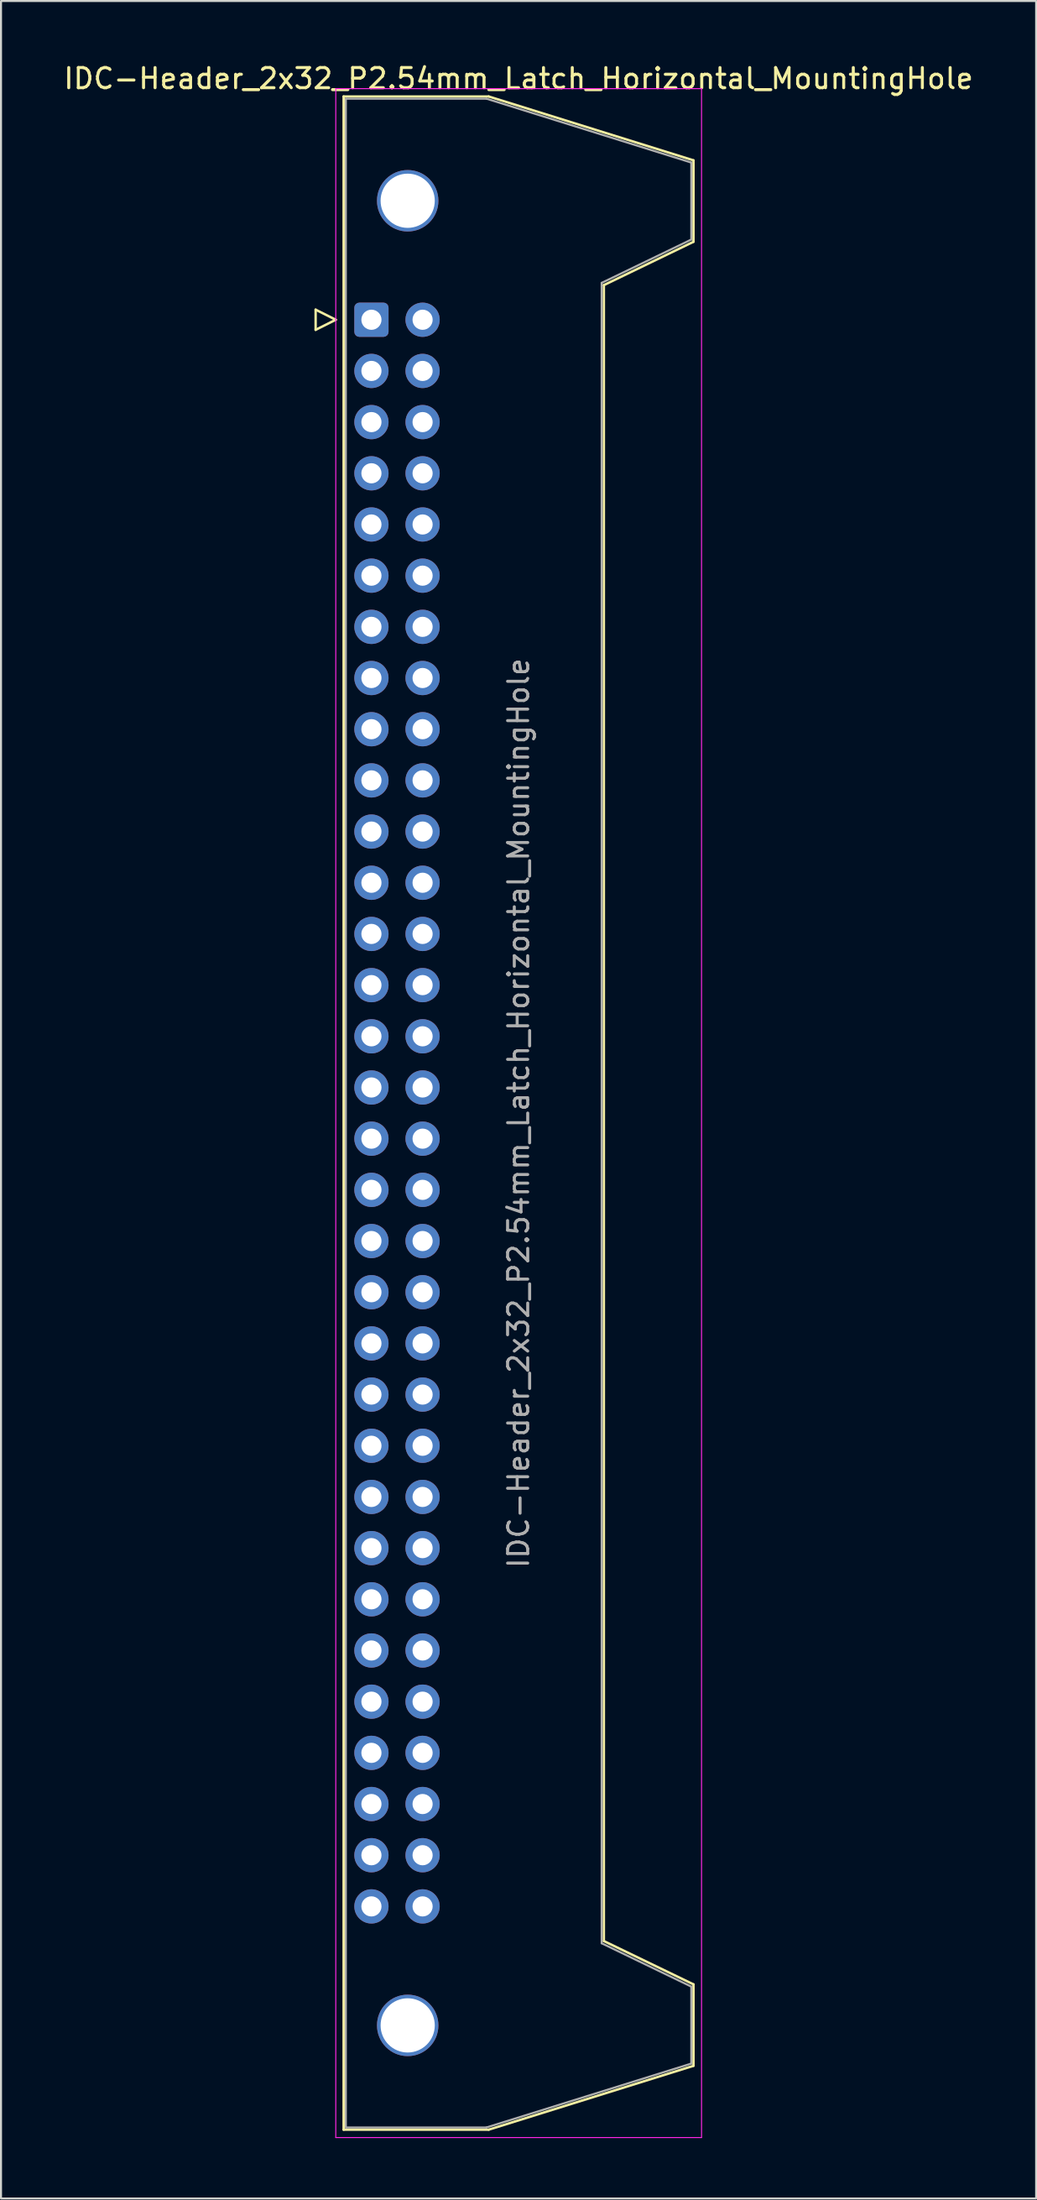
<source format=kicad_pcb>
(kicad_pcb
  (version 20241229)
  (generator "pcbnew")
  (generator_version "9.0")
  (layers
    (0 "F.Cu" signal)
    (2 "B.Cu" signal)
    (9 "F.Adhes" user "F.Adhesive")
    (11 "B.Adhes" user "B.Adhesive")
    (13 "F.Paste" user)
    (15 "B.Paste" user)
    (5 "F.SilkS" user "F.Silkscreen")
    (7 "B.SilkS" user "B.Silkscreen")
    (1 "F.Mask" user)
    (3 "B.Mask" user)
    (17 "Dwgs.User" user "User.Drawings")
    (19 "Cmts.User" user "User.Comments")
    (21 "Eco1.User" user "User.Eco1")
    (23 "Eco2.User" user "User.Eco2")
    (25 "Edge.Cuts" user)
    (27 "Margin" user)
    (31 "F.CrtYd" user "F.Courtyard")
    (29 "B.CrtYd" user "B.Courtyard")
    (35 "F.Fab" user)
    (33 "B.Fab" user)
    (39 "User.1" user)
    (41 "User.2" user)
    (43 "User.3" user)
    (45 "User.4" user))
  (footprint "IDC-Header_2x32_P2.54mm_Latch_Horizontal_MountingHole"
    (layer "F.Cu")
    (at 15.391 12.818)
    (property "Reference" "IDC-Header_2x32_P2.54mm_Latch_Horizontal_MountingHole" (at 7.305 -11.97 0) (layer "F.SilkS") (effects (font (size 1 1) (thickness 0.15))))
    (attr through_hole)
    (fp_line (start -2.77 -0.5) (end -2.77 0.5) (stroke (width 0.12) (type solid)) (layer "F.SilkS"))
    (fp_line (start -2.77 0.5) (end -1.77 0) (stroke (width 0.12) (type solid)) (layer "F.SilkS"))
    (fp_line (start -1.77 0) (end -2.77 -0.5) (stroke (width 0.12) (type solid)) (layer "F.SilkS"))
    (fp_line (start -1.38 -11.08) (end 5.82 -11.08) (stroke (width 0.12) (type solid)) (layer "F.SilkS"))
    (fp_line (start -1.38 89.82) (end -1.38 -11.08) (stroke (width 0.12) (type solid)) (layer "F.SilkS"))
    (fp_line (start 5.82 -11.08) (end 15.99 -7.91) (stroke (width 0.12) (type solid)) (layer "F.SilkS"))
    (fp_line (start 5.82 89.82) (end -1.38 89.82) (stroke (width 0.12) (type solid)) (layer "F.SilkS"))
    (fp_line (start 11.54 -1.72) (end 11.54 80.46) (stroke (width 0.12) (type solid)) (layer "F.SilkS"))
    (fp_line (start 11.54 80.46) (end 15.99 82.61) (stroke (width 0.12) (type solid)) (layer "F.SilkS"))
    (fp_line (start 15.99 -7.91) (end 15.99 -3.87) (stroke (width 0.12) (type solid)) (layer "F.SilkS"))
    (fp_line (start 15.99 -3.87) (end 11.54 -1.72) (stroke (width 0.12) (type solid)) (layer "F.SilkS"))
    (fp_line (start 15.99 82.61) (end 15.99 86.65) (stroke (width 0.12) (type solid)) (layer "F.SilkS"))
    (fp_line (start 15.99 86.65) (end 5.82 89.82) (stroke (width 0.12) (type solid)) (layer "F.SilkS"))
    (fp_line (start -1.77 -11.47) (end -1.77 90.21) (stroke (width 0.05) (type solid)) (layer "F.CrtYd"))
    (fp_line (start -1.77 90.21) (end 16.39 90.21) (stroke (width 0.05) (type solid)) (layer "F.CrtYd"))
    (fp_line (start 16.39 -11.47) (end -1.77 -11.47) (stroke (width 0.05) (type solid)) (layer "F.CrtYd"))
    (fp_line (start 16.39 90.21) (end 16.39 -11.47) (stroke (width 0.05) (type solid)) (layer "F.CrtYd"))
    (fp_line (start -1.27 -10.97) (end 5.71 -10.97) (stroke (width 0.1) (type solid)) (layer "F.Fab"))
    (fp_line (start -1.27 89.71) (end -1.27 -10.97) (stroke (width 0.1) (type solid)) (layer "F.Fab"))
    (fp_line (start 5.71 -10.97) (end 15.88 -7.8) (stroke (width 0.1) (type solid)) (layer "F.Fab"))
    (fp_line (start 5.71 89.71) (end -1.27 89.71) (stroke (width 0.1) (type solid)) (layer "F.Fab"))
    (fp_line (start 11.43 -1.83) (end 11.43 80.57) (stroke (width 0.1) (type solid)) (layer "F.Fab"))
    (fp_line (start 11.43 80.57) (end 15.88 82.72) (stroke (width 0.1) (type solid)) (layer "F.Fab"))
    (fp_line (start 15.88 -7.8) (end 15.88 -3.98) (stroke (width 0.1) (type solid)) (layer "F.Fab"))
    (fp_line (start 15.88 -3.98) (end 11.43 -1.83) (stroke (width 0.1) (type solid)) (layer "F.Fab"))
    (fp_line (start 15.88 82.72) (end 15.88 86.54) (stroke (width 0.1) (type solid)) (layer "F.Fab"))
    (fp_line (start 15.88 86.54) (end 5.71 89.71) (stroke (width 0.1) (type solid)) (layer "F.Fab"))
    (fp_text user "${REFERENCE}" (at 7.305 39.37 90) (layer "F.Fab") (effects (font (size 1 1) (thickness 0.15))))
    (pad "" thru_hole circle (at 1.8 -5.905) (size 3.05 3.05) (drill 2.69) (layers "*.Cu" "*.Mask"))
    (pad "" thru_hole circle (at 1.8 84.645) (size 3.05 3.05) (drill 2.69) (layers "*.Cu" "*.Mask"))
    (pad "1" thru_hole roundrect (at 0 0) (size 1.7 1.7) (drill 1) (layers "*.Cu" "*.Mask") (roundrect_rratio 0.147))
    (pad "2" thru_hole circle (at 2.54 0) (size 1.7 1.7) (drill 1) (layers "*.Cu" "*.Mask"))
    (pad "3" thru_hole circle (at 0 2.54) (size 1.7 1.7) (drill 1) (layers "*.Cu" "*.Mask"))
    (pad "4" thru_hole circle (at 2.54 2.54) (size 1.7 1.7) (drill 1) (layers "*.Cu" "*.Mask"))
    (pad "5" thru_hole circle (at 0 5.08) (size 1.7 1.7) (drill 1) (layers "*.Cu" "*.Mask"))
    (pad "6" thru_hole circle (at 2.54 5.08) (size 1.7 1.7) (drill 1) (layers "*.Cu" "*.Mask"))
    (pad "7" thru_hole circle (at 0 7.62) (size 1.7 1.7) (drill 1) (layers "*.Cu" "*.Mask"))
    (pad "8" thru_hole circle (at 2.54 7.62) (size 1.7 1.7) (drill 1) (layers "*.Cu" "*.Mask"))
    (pad "9" thru_hole circle (at 0 10.16) (size 1.7 1.7) (drill 1) (layers "*.Cu" "*.Mask"))
    (pad "10" thru_hole circle (at 2.54 10.16) (size 1.7 1.7) (drill 1) (layers "*.Cu" "*.Mask"))
    (pad "11" thru_hole circle (at 0 12.7) (size 1.7 1.7) (drill 1) (layers "*.Cu" "*.Mask"))
    (pad "12" thru_hole circle (at 2.54 12.7) (size 1.7 1.7) (drill 1) (layers "*.Cu" "*.Mask"))
    (pad "13" thru_hole circle (at 0 15.24) (size 1.7 1.7) (drill 1) (layers "*.Cu" "*.Mask"))
    (pad "14" thru_hole circle (at 2.54 15.24) (size 1.7 1.7) (drill 1) (layers "*.Cu" "*.Mask"))
    (pad "15" thru_hole circle (at 0 17.78) (size 1.7 1.7) (drill 1) (layers "*.Cu" "*.Mask"))
    (pad "16" thru_hole circle (at 2.54 17.78) (size 1.7 1.7) (drill 1) (layers "*.Cu" "*.Mask"))
    (pad "17" thru_hole circle (at 0 20.32) (size 1.7 1.7) (drill 1) (layers "*.Cu" "*.Mask"))
    (pad "18" thru_hole circle (at 2.54 20.32) (size 1.7 1.7) (drill 1) (layers "*.Cu" "*.Mask"))
    (pad "19" thru_hole circle (at 0 22.86) (size 1.7 1.7) (drill 1) (layers "*.Cu" "*.Mask"))
    (pad "20" thru_hole circle (at 2.54 22.86) (size 1.7 1.7) (drill 1) (layers "*.Cu" "*.Mask"))
    (pad "21" thru_hole circle (at 0 25.4) (size 1.7 1.7) (drill 1) (layers "*.Cu" "*.Mask"))
    (pad "22" thru_hole circle (at 2.54 25.4) (size 1.7 1.7) (drill 1) (layers "*.Cu" "*.Mask"))
    (pad "23" thru_hole circle (at 0 27.94) (size 1.7 1.7) (drill 1) (layers "*.Cu" "*.Mask"))
    (pad "24" thru_hole circle (at 2.54 27.94) (size 1.7 1.7) (drill 1) (layers "*.Cu" "*.Mask"))
    (pad "25" thru_hole circle (at 0 30.48) (size 1.7 1.7) (drill 1) (layers "*.Cu" "*.Mask"))
    (pad "26" thru_hole circle (at 2.54 30.48) (size 1.7 1.7) (drill 1) (layers "*.Cu" "*.Mask"))
    (pad "27" thru_hole circle (at 0 33.02) (size 1.7 1.7) (drill 1) (layers "*.Cu" "*.Mask"))
    (pad "28" thru_hole circle (at 2.54 33.02) (size 1.7 1.7) (drill 1) (layers "*.Cu" "*.Mask"))
    (pad "29" thru_hole circle (at 0 35.56) (size 1.7 1.7) (drill 1) (layers "*.Cu" "*.Mask"))
    (pad "30" thru_hole circle (at 2.54 35.56) (size 1.7 1.7) (drill 1) (layers "*.Cu" "*.Mask"))
    (pad "31" thru_hole circle (at 0 38.1) (size 1.7 1.7) (drill 1) (layers "*.Cu" "*.Mask"))
    (pad "32" thru_hole circle (at 2.54 38.1) (size 1.7 1.7) (drill 1) (layers "*.Cu" "*.Mask"))
    (pad "33" thru_hole circle (at 0 40.64) (size 1.7 1.7) (drill 1) (layers "*.Cu" "*.Mask"))
    (pad "34" thru_hole circle (at 2.54 40.64) (size 1.7 1.7) (drill 1) (layers "*.Cu" "*.Mask"))
    (pad "35" thru_hole circle (at 0 43.18) (size 1.7 1.7) (drill 1) (layers "*.Cu" "*.Mask"))
    (pad "36" thru_hole circle (at 2.54 43.18) (size 1.7 1.7) (drill 1) (layers "*.Cu" "*.Mask"))
    (pad "37" thru_hole circle (at 0 45.72) (size 1.7 1.7) (drill 1) (layers "*.Cu" "*.Mask"))
    (pad "38" thru_hole circle (at 2.54 45.72) (size 1.7 1.7) (drill 1) (layers "*.Cu" "*.Mask"))
    (pad "39" thru_hole circle (at 0 48.26) (size 1.7 1.7) (drill 1) (layers "*.Cu" "*.Mask"))
    (pad "40" thru_hole circle (at 2.54 48.26) (size 1.7 1.7) (drill 1) (layers "*.Cu" "*.Mask"))
    (pad "41" thru_hole circle (at 0 50.8) (size 1.7 1.7) (drill 1) (layers "*.Cu" "*.Mask"))
    (pad "42" thru_hole circle (at 2.54 50.8) (size 1.7 1.7) (drill 1) (layers "*.Cu" "*.Mask"))
    (pad "43" thru_hole circle (at 0 53.34) (size 1.7 1.7) (drill 1) (layers "*.Cu" "*.Mask"))
    (pad "44" thru_hole circle (at 2.54 53.34) (size 1.7 1.7) (drill 1) (layers "*.Cu" "*.Mask"))
    (pad "45" thru_hole circle (at 0 55.88) (size 1.7 1.7) (drill 1) (layers "*.Cu" "*.Mask"))
    (pad "46" thru_hole circle (at 2.54 55.88) (size 1.7 1.7) (drill 1) (layers "*.Cu" "*.Mask"))
    (pad "47" thru_hole circle (at 0 58.42) (size 1.7 1.7) (drill 1) (layers "*.Cu" "*.Mask"))
    (pad "48" thru_hole circle (at 2.54 58.42) (size 1.7 1.7) (drill 1) (layers "*.Cu" "*.Mask"))
    (pad "49" thru_hole circle (at 0 60.96) (size 1.7 1.7) (drill 1) (layers "*.Cu" "*.Mask"))
    (pad "50" thru_hole circle (at 2.54 60.96) (size 1.7 1.7) (drill 1) (layers "*.Cu" "*.Mask"))
    (pad "51" thru_hole circle (at 0 63.5) (size 1.7 1.7) (drill 1) (layers "*.Cu" "*.Mask"))
    (pad "52" thru_hole circle (at 2.54 63.5) (size 1.7 1.7) (drill 1) (layers "*.Cu" "*.Mask"))
    (pad "53" thru_hole circle (at 0 66.04) (size 1.7 1.7) (drill 1) (layers "*.Cu" "*.Mask"))
    (pad "54" thru_hole circle (at 2.54 66.04) (size 1.7 1.7) (drill 1) (layers "*.Cu" "*.Mask"))
    (pad "55" thru_hole circle (at 0 68.58) (size 1.7 1.7) (drill 1) (layers "*.Cu" "*.Mask"))
    (pad "56" thru_hole circle (at 2.54 68.58) (size 1.7 1.7) (drill 1) (layers "*.Cu" "*.Mask"))
    (pad "57" thru_hole circle (at 0 71.12) (size 1.7 1.7) (drill 1) (layers "*.Cu" "*.Mask"))
    (pad "58" thru_hole circle (at 2.54 71.12) (size 1.7 1.7) (drill 1) (layers "*.Cu" "*.Mask"))
    (pad "59" thru_hole circle (at 0 73.66) (size 1.7 1.7) (drill 1) (layers "*.Cu" "*.Mask"))
    (pad "60" thru_hole circle (at 2.54 73.66) (size 1.7 1.7) (drill 1) (layers "*.Cu" "*.Mask"))
    (pad "61" thru_hole circle (at 0 76.2) (size 1.7 1.7) (drill 1) (layers "*.Cu" "*.Mask"))
    (pad "62" thru_hole circle (at 2.54 76.2) (size 1.7 1.7) (drill 1) (layers "*.Cu" "*.Mask"))
    (pad "63" thru_hole circle (at 0 78.74) (size 1.7 1.7) (drill 1) (layers "*.Cu" "*.Mask"))
    (pad "64" thru_hole circle (at 2.54 78.74) (size 1.7 1.7) (drill 1) (layers "*.Cu" "*.Mask")))
  (gr_rect
    (start -3 -3)
    (end 48.393 106.053)
    (stroke (width 0.1) (type default))
    (fill no)
    (layer "Edge.Cuts")))
</source>
